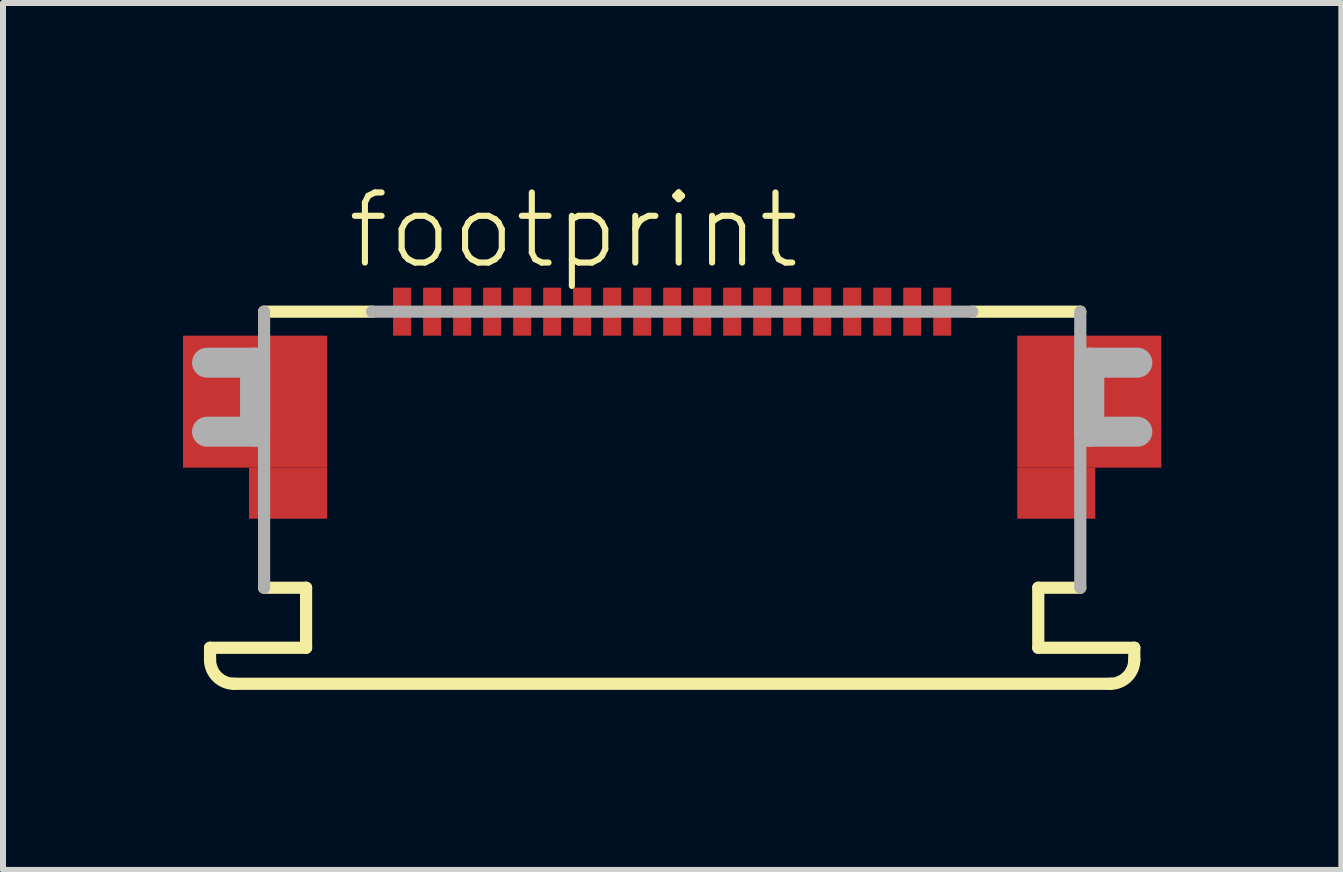
<source format=kicad_pcb>
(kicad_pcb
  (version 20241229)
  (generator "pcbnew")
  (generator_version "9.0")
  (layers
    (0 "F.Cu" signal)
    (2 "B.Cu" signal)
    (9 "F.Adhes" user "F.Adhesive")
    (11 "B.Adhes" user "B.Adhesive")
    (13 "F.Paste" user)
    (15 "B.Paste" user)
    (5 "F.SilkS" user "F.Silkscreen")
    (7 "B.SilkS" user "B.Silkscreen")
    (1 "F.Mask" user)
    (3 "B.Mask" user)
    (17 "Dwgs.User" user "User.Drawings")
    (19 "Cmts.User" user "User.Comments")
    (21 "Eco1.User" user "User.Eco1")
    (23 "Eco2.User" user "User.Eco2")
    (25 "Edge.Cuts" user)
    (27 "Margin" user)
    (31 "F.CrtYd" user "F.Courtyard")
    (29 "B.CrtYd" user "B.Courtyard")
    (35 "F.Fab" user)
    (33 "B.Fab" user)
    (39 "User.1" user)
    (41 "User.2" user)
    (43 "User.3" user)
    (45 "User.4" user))
  (footprint "footprint"
    (layer "F.Cu")
    (at 8.15 2.743)
    (property "Reference" "footprint" (at -5.465 -1.27 0) (layer "F.SilkS") (effects (font (size 1.168 1.168) (thickness 0.102)) (justify left bottom)))
    (fp_poly (pts (xy -8.15 2) (xy -5.75 2) (xy -5.75 -0.2) (xy -8.15 -0.2)) (stroke (width 0) (type solid)) (fill yes) (layer "F.Cu"))
    (fp_poly (pts (xy -7.05 2.85) (xy -5.75 2.85) (xy -5.75 2) (xy -7.05 2)) (stroke (width 0) (type solid)) (fill yes) (layer "F.Cu"))
    (fp_poly (pts (xy 5.75 2) (xy 8.15 2) (xy 8.15 -0.2) (xy 5.75 -0.2)) (stroke (width 0) (type solid)) (fill yes) (layer "F.Cu"))
    (fp_poly (pts (xy 5.75 2.85) (xy 7.05 2.85) (xy 7.05 2) (xy 5.75 2)) (stroke (width 0) (type solid)) (fill yes) (layer "F.Cu"))
    (fp_poly (pts (xy -8.15 2) (xy -5.75 2) (xy -5.75 -0.2) (xy -8.15 -0.2)) (stroke (width 0) (type solid)) (fill yes) (layer "F.Mask"))
    (fp_poly (pts (xy -7.05 2.85) (xy -5.75 2.85) (xy -5.75 2) (xy -7.05 2)) (stroke (width 0) (type solid)) (fill yes) (layer "F.Mask"))
    (fp_poly (pts (xy -4.675 -0.175) (xy -4.325 -0.175) (xy -4.325 -1.025) (xy -4.675 -1.025)) (stroke (width 0) (type solid)) (fill yes) (layer "F.Mask"))
    (fp_poly (pts (xy -4.175 -0.175) (xy -3.825 -0.175) (xy -3.825 -1.025) (xy -4.175 -1.025)) (stroke (width 0) (type solid)) (fill yes) (layer "F.Mask"))
    (fp_poly (pts (xy -3.675 -0.175) (xy -3.325 -0.175) (xy -3.325 -1.025) (xy -3.675 -1.025)) (stroke (width 0) (type solid)) (fill yes) (layer "F.Mask"))
    (fp_poly (pts (xy -3.175 -0.175) (xy -2.825 -0.175) (xy -2.825 -1.025) (xy -3.175 -1.025)) (stroke (width 0) (type solid)) (fill yes) (layer "F.Mask"))
    (fp_poly (pts (xy -2.675 -0.175) (xy -2.325 -0.175) (xy -2.325 -1.025) (xy -2.675 -1.025)) (stroke (width 0) (type solid)) (fill yes) (layer "F.Mask"))
    (fp_poly (pts (xy -2.175 -0.175) (xy -1.825 -0.175) (xy -1.825 -1.025) (xy -2.175 -1.025)) (stroke (width 0) (type solid)) (fill yes) (layer "F.Mask"))
    (fp_poly (pts (xy -1.675 -0.175) (xy -1.325 -0.175) (xy -1.325 -1.025) (xy -1.675 -1.025)) (stroke (width 0) (type solid)) (fill yes) (layer "F.Mask"))
    (fp_poly (pts (xy -1.175 -0.175) (xy -0.825 -0.175) (xy -0.825 -1.025) (xy -1.175 -1.025)) (stroke (width 0) (type solid)) (fill yes) (layer "F.Mask"))
    (fp_poly (pts (xy -0.675 -0.175) (xy -0.325 -0.175) (xy -0.325 -1.025) (xy -0.675 -1.025)) (stroke (width 0) (type solid)) (fill yes) (layer "F.Mask"))
    (fp_poly (pts (xy -0.175 -0.175) (xy 0.175 -0.175) (xy 0.175 -1.025) (xy -0.175 -1.025)) (stroke (width 0) (type solid)) (fill yes) (layer "F.Mask"))
    (fp_poly (pts (xy 0.325 -0.175) (xy 0.675 -0.175) (xy 0.675 -1.025) (xy 0.325 -1.025)) (stroke (width 0) (type solid)) (fill yes) (layer "F.Mask"))
    (fp_poly (pts (xy 0.825 -0.175) (xy 1.175 -0.175) (xy 1.175 -1.025) (xy 0.825 -1.025)) (stroke (width 0) (type solid)) (fill yes) (layer "F.Mask"))
    (fp_poly (pts (xy 1.325 -0.175) (xy 1.675 -0.175) (xy 1.675 -1.025) (xy 1.325 -1.025)) (stroke (width 0) (type solid)) (fill yes) (layer "F.Mask"))
    (fp_poly (pts (xy 1.825 -0.175) (xy 2.175 -0.175) (xy 2.175 -1.025) (xy 1.825 -1.025)) (stroke (width 0) (type solid)) (fill yes) (layer "F.Mask"))
    (fp_poly (pts (xy 2.325 -0.175) (xy 2.675 -0.175) (xy 2.675 -1.025) (xy 2.325 -1.025)) (stroke (width 0) (type solid)) (fill yes) (layer "F.Mask"))
    (fp_poly (pts (xy 2.825 -0.175) (xy 3.175 -0.175) (xy 3.175 -1.025) (xy 2.825 -1.025)) (stroke (width 0) (type solid)) (fill yes) (layer "F.Mask"))
    (fp_poly (pts (xy 3.325 -0.175) (xy 3.675 -0.175) (xy 3.675 -1.025) (xy 3.325 -1.025)) (stroke (width 0) (type solid)) (fill yes) (layer "F.Mask"))
    (fp_poly (pts (xy 3.825 -0.175) (xy 4.175 -0.175) (xy 4.175 -1.025) (xy 3.825 -1.025)) (stroke (width 0) (type solid)) (fill yes) (layer "F.Mask"))
    (fp_poly (pts (xy 4.325 -0.175) (xy 4.675 -0.175) (xy 4.675 -1.025) (xy 4.325 -1.025)) (stroke (width 0) (type solid)) (fill yes) (layer "F.Mask"))
    (fp_poly (pts (xy 5.75 2) (xy 8.15 2) (xy 8.15 -0.2) (xy 5.75 -0.2)) (stroke (width 0) (type solid)) (fill yes) (layer "F.Mask"))
    (fp_poly (pts (xy 5.75 2.85) (xy 7.05 2.85) (xy 7.05 2) (xy 5.75 2)) (stroke (width 0) (type solid)) (fill yes) (layer "F.Mask"))
    (fp_line (start -7.7 5) (end -6.1 5) (stroke (width 0.203) (type solid)) (layer "F.SilkS"))
    (fp_line (start -7.7 5.2) (end -7.7 5) (stroke (width 0.203) (type solid)) (layer "F.SilkS"))
    (fp_line (start -6.8 -0.6) (end -5 -0.6) (stroke (width 0.203) (type solid)) (layer "F.SilkS"))
    (fp_line (start -6.1 4) (end -6.8 4) (stroke (width 0.203) (type solid)) (layer "F.SilkS"))
    (fp_line (start -6.1 5) (end -6.1 4) (stroke (width 0.203) (type solid)) (layer "F.SilkS"))
    (fp_line (start 5 -0.6) (end 6.8 -0.6) (stroke (width 0.203) (type solid)) (layer "F.SilkS"))
    (fp_line (start 6.1 4) (end 6.1 5) (stroke (width 0.203) (type solid)) (layer "F.SilkS"))
    (fp_line (start 6.1 5) (end 7.7 5) (stroke (width 0.203) (type solid)) (layer "F.SilkS"))
    (fp_line (start 6.8 4) (end 6.1 4) (stroke (width 0.203) (type solid)) (layer "F.SilkS"))
    (fp_line (start 7.3 5.6) (end -7.3 5.6) (stroke (width 0.203) (type solid)) (layer "F.SilkS"))
    (fp_line (start 7.7 5) (end 7.7 5.2) (stroke (width 0.203) (type solid)) (layer "F.SilkS"))
    (fp_arc (start -7.3 5.6) (mid -7.582843 5.482843) (end -7.7 5.2) (stroke (width 0.2032) (type solid)) (layer "F.SilkS"))
    (fp_arc (start 7.7 5.2) (mid 7.582843 5.482843) (end 7.3 5.6) (stroke (width 0.2032) (type solid)) (layer "F.SilkS"))
    (fp_poly (pts (xy -8.025 1.9) (xy -5.85 1.9) (xy -5.85 -0.075) (xy -8.025 -0.075)) (stroke (width 0) (type solid)) (fill yes) (layer "F.Paste"))
    (fp_poly (pts (xy -6.95 2.75) (xy -5.85 2.75) (xy -5.85 1.9) (xy -6.95 1.9)) (stroke (width 0) (type solid)) (fill yes) (layer "F.Paste"))
    (fp_poly (pts (xy 5.85 1.9) (xy 8.025 1.9) (xy 8.025 -0.075) (xy 5.85 -0.075)) (stroke (width 0) (type solid)) (fill yes) (layer "F.Paste"))
    (fp_poly (pts (xy 5.85 2.75) (xy 6.95 2.75) (xy 6.95 1.9) (xy 5.85 1.9)) (stroke (width 0) (type solid)) (fill yes) (layer "F.Paste"))
    (fp_line (start -7.75 0.25) (end -6.95 0.25) (stroke (width 0.5) (type solid)) (layer "F.Fab"))
    (fp_line (start -6.95 0.25) (end -6.95 1.4) (stroke (width 0.5) (type solid)) (layer "F.Fab"))
    (fp_line (start -6.95 1.4) (end -7.75 1.4) (stroke (width 0.5) (type solid)) (layer "F.Fab"))
    (fp_line (start -6.8 4) (end -6.8 -0.6) (stroke (width 0.203) (type solid)) (layer "F.Fab"))
    (fp_line (start -5 -0.6) (end 5 -0.6) (stroke (width 0.203) (type solid)) (layer "F.Fab"))
    (fp_line (start 6.8 -0.6) (end 6.8 4) (stroke (width 0.203) (type solid)) (layer "F.Fab"))
    (fp_line (start 6.95 0.25) (end 7.75 0.25) (stroke (width 0.5) (type solid)) (layer "F.Fab"))
    (fp_line (start 6.95 1.4) (end 6.95 0.25) (stroke (width 0.5) (type solid)) (layer "F.Fab"))
    (fp_line (start 7.75 1.4) (end 6.95 1.4) (stroke (width 0.5) (type solid)) (layer "F.Fab"))
    (pad "1" smd rect (at -4.5 -0.6) (size 0.3 0.8) (layers "F.Cu" "F.Paste"))
    (pad "2" smd rect (at -4 -0.6) (size 0.3 0.8) (layers "F.Cu" "F.Paste"))
    (pad "3" smd rect (at -3.5 -0.6) (size 0.3 0.8) (layers "F.Cu" "F.Paste"))
    (pad "4" smd rect (at -3 -0.6) (size 0.3 0.8) (layers "F.Cu" "F.Paste"))
    (pad "5" smd rect (at -2.5 -0.6) (size 0.3 0.8) (layers "F.Cu" "F.Paste"))
    (pad "6" smd rect (at -2 -0.6) (size 0.3 0.8) (layers "F.Cu" "F.Paste"))
    (pad "7" smd rect (at -1.5 -0.6) (size 0.3 0.8) (layers "F.Cu" "F.Paste"))
    (pad "8" smd rect (at -1 -0.6) (size 0.3 0.8) (layers "F.Cu" "F.Paste"))
    (pad "9" smd rect (at -0.5 -0.6) (size 0.3 0.8) (layers "F.Cu" "F.Paste"))
    (pad "10" smd rect (at 0 -0.6) (size 0.3 0.8) (layers "F.Cu" "F.Paste"))
    (pad "11" smd rect (at 0.5 -0.6) (size 0.3 0.8) (layers "F.Cu" "F.Paste"))
    (pad "12" smd rect (at 1 -0.6) (size 0.3 0.8) (layers "F.Cu" "F.Paste"))
    (pad "13" smd rect (at 1.5 -0.6) (size 0.3 0.8) (layers "F.Cu" "F.Paste"))
    (pad "14" smd rect (at 2 -0.6) (size 0.3 0.8) (layers "F.Cu" "F.Paste"))
    (pad "15" smd rect (at 2.5 -0.6) (size 0.3 0.8) (layers "F.Cu" "F.Paste"))
    (pad "16" smd rect (at 3 -0.6) (size 0.3 0.8) (layers "F.Cu" "F.Paste"))
    (pad "17" smd rect (at 3.5 -0.6) (size 0.3 0.8) (layers "F.Cu" "F.Paste"))
    (pad "18" smd rect (at 4 -0.6) (size 0.3 0.8) (layers "F.Cu" "F.Paste"))
    (pad "19" smd rect (at 4.5 -0.6) (size 0.3 0.8) (layers "F.Cu" "F.Paste")))
  (gr_rect
    (start -3 -3)
    (end 19.3 11.445)
    (stroke (width 0.1) (type default))
    (fill no)
    (layer "Edge.Cuts")))
</source>
